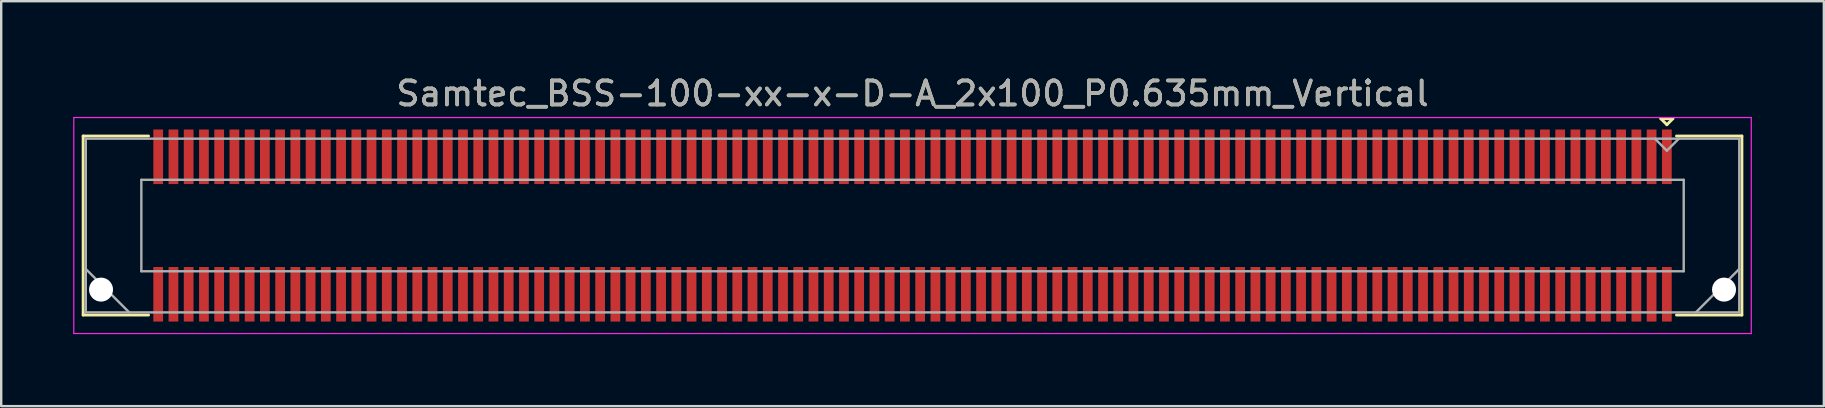
<source format=kicad_pcb>
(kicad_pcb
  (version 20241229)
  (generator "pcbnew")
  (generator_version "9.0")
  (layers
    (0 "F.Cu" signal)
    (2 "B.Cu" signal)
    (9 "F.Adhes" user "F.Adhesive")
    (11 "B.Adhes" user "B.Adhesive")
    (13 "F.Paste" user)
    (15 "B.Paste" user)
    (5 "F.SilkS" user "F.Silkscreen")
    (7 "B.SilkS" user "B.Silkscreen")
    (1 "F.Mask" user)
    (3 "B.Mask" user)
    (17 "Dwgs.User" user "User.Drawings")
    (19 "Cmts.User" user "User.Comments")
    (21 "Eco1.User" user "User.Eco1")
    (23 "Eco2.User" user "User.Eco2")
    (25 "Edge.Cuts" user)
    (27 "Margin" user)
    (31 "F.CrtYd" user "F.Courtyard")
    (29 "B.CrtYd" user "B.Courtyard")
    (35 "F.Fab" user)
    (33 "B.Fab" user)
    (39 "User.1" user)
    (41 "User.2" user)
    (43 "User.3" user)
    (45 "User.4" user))
  (footprint "Samtec_BSS-100-xx-x-D-A_2x100_P0.635mm_Vertical"
    (layer "F.Cu")
    (at 34.975 6.348)
    (property "Reference" "Samtec_BSS-100-xx-x-D-A_2x100_P0.635mm_Vertical" (at 0 -5.5 0) (layer "F.SilkS") (effects (font (size 1 1) (thickness 0.15))))
    (attr smd)
    (fp_line (start -34.56 -3.73) (end -31.835 -3.73) (stroke (width 0.12) (type solid)) (layer "F.SilkS"))
    (fp_line (start -34.56 3.73) (end -34.56 -3.73) (stroke (width 0.12) (type solid)) (layer "F.SilkS"))
    (fp_line (start -31.835 3.73) (end -34.56 3.73) (stroke (width 0.12) (type solid)) (layer "F.SilkS"))
    (fp_line (start 31.183 -4.452) (end 31.683 -4.452) (stroke (width 0.12) (type solid)) (layer "F.SilkS"))
    (fp_line (start 31.433 -4.202) (end 31.183 -4.452) (stroke (width 0.12) (type solid)) (layer "F.SilkS"))
    (fp_line (start 31.683 -4.452) (end 31.433 -4.202) (stroke (width 0.12) (type solid)) (layer "F.SilkS"))
    (fp_line (start 31.835 3.73) (end 34.56 3.73) (stroke (width 0.12) (type solid)) (layer "F.SilkS"))
    (fp_line (start 34.56 -3.73) (end 31.835 -3.73) (stroke (width 0.12) (type solid)) (layer "F.SilkS"))
    (fp_line (start 34.56 3.73) (end 34.56 -3.73) (stroke (width 0.12) (type solid)) (layer "F.SilkS"))
    (fp_line (start -34.95 -4.5) (end -34.95 4.5) (stroke (width 0.05) (type solid)) (layer "F.CrtYd"))
    (fp_line (start -34.95 4.5) (end 34.95 4.5) (stroke (width 0.05) (type solid)) (layer "F.CrtYd"))
    (fp_line (start 34.95 -4.5) (end -34.95 -4.5) (stroke (width 0.05) (type solid)) (layer "F.CrtYd"))
    (fp_line (start 34.95 4.5) (end 34.95 -4.5) (stroke (width 0.05) (type solid)) (layer "F.CrtYd"))
    (fp_line (start -34.45 -3.62) (end -34.45 3.62) (stroke (width 0.1) (type solid)) (layer "F.Fab"))
    (fp_line (start -34.45 1.81) (end -32.64 3.62) (stroke (width 0.1) (type solid)) (layer "F.Fab"))
    (fp_line (start -34.45 3.62) (end 34.45 3.62) (stroke (width 0.1) (type solid)) (layer "F.Fab"))
    (fp_line (start -32.135 -1.905) (end -32.135 1.905) (stroke (width 0.1) (type solid)) (layer "F.Fab"))
    (fp_line (start -32.135 1.905) (end 32.135 1.905) (stroke (width 0.1) (type solid)) (layer "F.Fab"))
    (fp_line (start 31.433 -3.12) (end 30.933 -3.62) (stroke (width 0.1) (type solid)) (layer "F.Fab"))
    (fp_line (start 31.933 -3.62) (end 31.433 -3.12) (stroke (width 0.1) (type solid)) (layer "F.Fab"))
    (fp_line (start 32.135 -1.905) (end -32.135 -1.905) (stroke (width 0.1) (type solid)) (layer "F.Fab"))
    (fp_line (start 32.135 1.905) (end 32.135 -1.905) (stroke (width 0.1) (type solid)) (layer "F.Fab"))
    (fp_line (start 34.45 -3.62) (end -34.45 -3.62) (stroke (width 0.1) (type solid)) (layer "F.Fab"))
    (fp_line (start 34.45 1.81) (end 32.64 3.62) (stroke (width 0.1) (type solid)) (layer "F.Fab"))
    (fp_line (start 34.45 3.62) (end 34.45 -3.62) (stroke (width 0.1) (type solid)) (layer "F.Fab"))
    (fp_text user "${REFERENCE}" (at 0 -5.5 0) (layer "F.Fab") (effects (font (size 1 1) (thickness 0.15))))
    (pad "" np_thru_hole circle (at -33.815 2.67) (size 1 1) (drill 1) (layers "*.Cu" "*.Mask"))
    (pad "" np_thru_hole circle (at 33.815 2.67) (size 1 1) (drill 1) (layers "*.Cu" "*.Mask"))
    (pad "1" smd rect (at 31.433 -2.865) (size 0.406 2.273) (layers "F.Cu" "F.Mask" "F.Paste"))
    (pad "2" smd rect (at 31.433 2.865) (size 0.406 2.273) (layers "F.Cu" "F.Mask" "F.Paste"))
    (pad "3" smd rect (at 30.797 -2.865) (size 0.406 2.273) (layers "F.Cu" "F.Mask" "F.Paste"))
    (pad "4" smd rect (at 30.797 2.865) (size 0.406 2.273) (layers "F.Cu" "F.Mask" "F.Paste"))
    (pad "5" smd rect (at 30.163 -2.865) (size 0.406 2.273) (layers "F.Cu" "F.Mask" "F.Paste"))
    (pad "6" smd rect (at 30.163 2.865) (size 0.406 2.273) (layers "F.Cu" "F.Mask" "F.Paste"))
    (pad "7" smd rect (at 29.527 -2.865) (size 0.406 2.273) (layers "F.Cu" "F.Mask" "F.Paste"))
    (pad "8" smd rect (at 29.527 2.865) (size 0.406 2.273) (layers "F.Cu" "F.Mask" "F.Paste"))
    (pad "9" smd rect (at 28.892 -2.865) (size 0.406 2.273) (layers "F.Cu" "F.Mask" "F.Paste"))
    (pad "10" smd rect (at 28.892 2.865) (size 0.406 2.273) (layers "F.Cu" "F.Mask" "F.Paste"))
    (pad "11" smd rect (at 28.258 -2.865) (size 0.406 2.273) (layers "F.Cu" "F.Mask" "F.Paste"))
    (pad "12" smd rect (at 28.258 2.865) (size 0.406 2.273) (layers "F.Cu" "F.Mask" "F.Paste"))
    (pad "13" smd rect (at 27.622 -2.865) (size 0.406 2.273) (layers "F.Cu" "F.Mask" "F.Paste"))
    (pad "14" smd rect (at 27.622 2.865) (size 0.406 2.273) (layers "F.Cu" "F.Mask" "F.Paste"))
    (pad "15" smd rect (at 26.988 -2.865) (size 0.406 2.273) (layers "F.Cu" "F.Mask" "F.Paste"))
    (pad "16" smd rect (at 26.988 2.865) (size 0.406 2.273) (layers "F.Cu" "F.Mask" "F.Paste"))
    (pad "17" smd rect (at 26.352 -2.865) (size 0.406 2.273) (layers "F.Cu" "F.Mask" "F.Paste"))
    (pad "18" smd rect (at 26.352 2.865) (size 0.406 2.273) (layers "F.Cu" "F.Mask" "F.Paste"))
    (pad "19" smd rect (at 25.718 -2.865) (size 0.406 2.273) (layers "F.Cu" "F.Mask" "F.Paste"))
    (pad "20" smd rect (at 25.718 2.865) (size 0.406 2.273) (layers "F.Cu" "F.Mask" "F.Paste"))
    (pad "21" smd rect (at 25.082 -2.865) (size 0.406 2.273) (layers "F.Cu" "F.Mask" "F.Paste"))
    (pad "22" smd rect (at 25.082 2.865) (size 0.406 2.273) (layers "F.Cu" "F.Mask" "F.Paste"))
    (pad "23" smd rect (at 24.448 -2.865) (size 0.406 2.273) (layers "F.Cu" "F.Mask" "F.Paste"))
    (pad "24" smd rect (at 24.448 2.865) (size 0.406 2.273) (layers "F.Cu" "F.Mask" "F.Paste"))
    (pad "25" smd rect (at 23.812 -2.865) (size 0.406 2.273) (layers "F.Cu" "F.Mask" "F.Paste"))
    (pad "26" smd rect (at 23.812 2.865) (size 0.406 2.273) (layers "F.Cu" "F.Mask" "F.Paste"))
    (pad "27" smd rect (at 23.177 -2.865) (size 0.406 2.273) (layers "F.Cu" "F.Mask" "F.Paste"))
    (pad "28" smd rect (at 23.177 2.865) (size 0.406 2.273) (layers "F.Cu" "F.Mask" "F.Paste"))
    (pad "29" smd rect (at 22.543 -2.865) (size 0.406 2.273) (layers "F.Cu" "F.Mask" "F.Paste"))
    (pad "30" smd rect (at 22.543 2.865) (size 0.406 2.273) (layers "F.Cu" "F.Mask" "F.Paste"))
    (pad "31" smd rect (at 21.907 -2.865) (size 0.406 2.273) (layers "F.Cu" "F.Mask" "F.Paste"))
    (pad "32" smd rect (at 21.907 2.865) (size 0.406 2.273) (layers "F.Cu" "F.Mask" "F.Paste"))
    (pad "33" smd rect (at 21.273 -2.865) (size 0.406 2.273) (layers "F.Cu" "F.Mask" "F.Paste"))
    (pad "34" smd rect (at 21.273 2.865) (size 0.406 2.273) (layers "F.Cu" "F.Mask" "F.Paste"))
    (pad "35" smd rect (at 20.637 -2.865) (size 0.406 2.273) (layers "F.Cu" "F.Mask" "F.Paste"))
    (pad "36" smd rect (at 20.637 2.865) (size 0.406 2.273) (layers "F.Cu" "F.Mask" "F.Paste"))
    (pad "37" smd rect (at 20.003 -2.865) (size 0.406 2.273) (layers "F.Cu" "F.Mask" "F.Paste"))
    (pad "38" smd rect (at 20.003 2.865) (size 0.406 2.273) (layers "F.Cu" "F.Mask" "F.Paste"))
    (pad "39" smd rect (at 19.367 -2.865) (size 0.406 2.273) (layers "F.Cu" "F.Mask" "F.Paste"))
    (pad "40" smd rect (at 19.367 2.865) (size 0.406 2.273) (layers "F.Cu" "F.Mask" "F.Paste"))
    (pad "41" smd rect (at 18.733 -2.865) (size 0.406 2.273) (layers "F.Cu" "F.Mask" "F.Paste"))
    (pad "42" smd rect (at 18.733 2.865) (size 0.406 2.273) (layers "F.Cu" "F.Mask" "F.Paste"))
    (pad "43" smd rect (at 18.098 -2.865) (size 0.406 2.273) (layers "F.Cu" "F.Mask" "F.Paste"))
    (pad "44" smd rect (at 18.098 2.865) (size 0.406 2.273) (layers "F.Cu" "F.Mask" "F.Paste"))
    (pad "45" smd rect (at 17.462 -2.865) (size 0.406 2.273) (layers "F.Cu" "F.Mask" "F.Paste"))
    (pad "46" smd rect (at 17.462 2.865) (size 0.406 2.273) (layers "F.Cu" "F.Mask" "F.Paste"))
    (pad "47" smd rect (at 16.828 -2.865) (size 0.406 2.273) (layers "F.Cu" "F.Mask" "F.Paste"))
    (pad "48" smd rect (at 16.828 2.865) (size 0.406 2.273) (layers "F.Cu" "F.Mask" "F.Paste"))
    (pad "49" smd rect (at 16.192 -2.865) (size 0.406 2.273) (layers "F.Cu" "F.Mask" "F.Paste"))
    (pad "50" smd rect (at 16.192 2.865) (size 0.406 2.273) (layers "F.Cu" "F.Mask" "F.Paste"))
    (pad "51" smd rect (at 15.557 -2.865) (size 0.406 2.273) (layers "F.Cu" "F.Mask" "F.Paste"))
    (pad "52" smd rect (at 15.557 2.865) (size 0.406 2.273) (layers "F.Cu" "F.Mask" "F.Paste"))
    (pad "53" smd rect (at 14.922 -2.865) (size 0.406 2.273) (layers "F.Cu" "F.Mask" "F.Paste"))
    (pad "54" smd rect (at 14.922 2.865) (size 0.406 2.273) (layers "F.Cu" "F.Mask" "F.Paste"))
    (pad "55" smd rect (at 14.287 -2.865) (size 0.406 2.273) (layers "F.Cu" "F.Mask" "F.Paste"))
    (pad "56" smd rect (at 14.287 2.865) (size 0.406 2.273) (layers "F.Cu" "F.Mask" "F.Paste"))
    (pad "57" smd rect (at 13.652 -2.865) (size 0.406 2.273) (layers "F.Cu" "F.Mask" "F.Paste"))
    (pad "58" smd rect (at 13.652 2.865) (size 0.406 2.273) (layers "F.Cu" "F.Mask" "F.Paste"))
    (pad "59" smd rect (at 13.018 -2.865) (size 0.406 2.273) (layers "F.Cu" "F.Mask" "F.Paste"))
    (pad "60" smd rect (at 13.018 2.865) (size 0.406 2.273) (layers "F.Cu" "F.Mask" "F.Paste"))
    (pad "61" smd rect (at 12.383 -2.865) (size 0.406 2.273) (layers "F.Cu" "F.Mask" "F.Paste"))
    (pad "62" smd rect (at 12.383 2.865) (size 0.406 2.273) (layers "F.Cu" "F.Mask" "F.Paste"))
    (pad "63" smd rect (at 11.748 -2.865) (size 0.406 2.273) (layers "F.Cu" "F.Mask" "F.Paste"))
    (pad "64" smd rect (at 11.748 2.865) (size 0.406 2.273) (layers "F.Cu" "F.Mask" "F.Paste"))
    (pad "65" smd rect (at 11.113 -2.865) (size 0.406 2.273) (layers "F.Cu" "F.Mask" "F.Paste"))
    (pad "66" smd rect (at 11.113 2.865) (size 0.406 2.273) (layers "F.Cu" "F.Mask" "F.Paste"))
    (pad "67" smd rect (at 10.477 -2.865) (size 0.406 2.273) (layers "F.Cu" "F.Mask" "F.Paste"))
    (pad "68" smd rect (at 10.477 2.865) (size 0.406 2.273) (layers "F.Cu" "F.Mask" "F.Paste"))
    (pad "69" smd rect (at 9.842 -2.865) (size 0.406 2.273) (layers "F.Cu" "F.Mask" "F.Paste"))
    (pad "70" smd rect (at 9.842 2.865) (size 0.406 2.273) (layers "F.Cu" "F.Mask" "F.Paste"))
    (pad "71" smd rect (at 9.207 -2.865) (size 0.406 2.273) (layers "F.Cu" "F.Mask" "F.Paste"))
    (pad "72" smd rect (at 9.207 2.865) (size 0.406 2.273) (layers "F.Cu" "F.Mask" "F.Paste"))
    (pad "73" smd rect (at 8.572 -2.865) (size 0.406 2.273) (layers "F.Cu" "F.Mask" "F.Paste"))
    (pad "74" smd rect (at 8.572 2.865) (size 0.406 2.273) (layers "F.Cu" "F.Mask" "F.Paste"))
    (pad "75" smd rect (at 7.938 -2.865) (size 0.406 2.273) (layers "F.Cu" "F.Mask" "F.Paste"))
    (pad "76" smd rect (at 7.938 2.865) (size 0.406 2.273) (layers "F.Cu" "F.Mask" "F.Paste"))
    (pad "77" smd rect (at 7.303 -2.865) (size 0.406 2.273) (layers "F.Cu" "F.Mask" "F.Paste"))
    (pad "78" smd rect (at 7.303 2.865) (size 0.406 2.273) (layers "F.Cu" "F.Mask" "F.Paste"))
    (pad "79" smd rect (at 6.668 -2.865) (size 0.406 2.273) (layers "F.Cu" "F.Mask" "F.Paste"))
    (pad "80" smd rect (at 6.668 2.865) (size 0.406 2.273) (layers "F.Cu" "F.Mask" "F.Paste"))
    (pad "81" smd rect (at 6.032 -2.865) (size 0.406 2.273) (layers "F.Cu" "F.Mask" "F.Paste"))
    (pad "82" smd rect (at 6.032 2.865) (size 0.406 2.273) (layers "F.Cu" "F.Mask" "F.Paste"))
    (pad "83" smd rect (at 5.397 -2.865) (size 0.406 2.273) (layers "F.Cu" "F.Mask" "F.Paste"))
    (pad "84" smd rect (at 5.397 2.865) (size 0.406 2.273) (layers "F.Cu" "F.Mask" "F.Paste"))
    (pad "85" smd rect (at 4.763 -2.865) (size 0.406 2.273) (layers "F.Cu" "F.Mask" "F.Paste"))
    (pad "86" smd rect (at 4.763 2.865) (size 0.406 2.273) (layers "F.Cu" "F.Mask" "F.Paste"))
    (pad "87" smd rect (at 4.128 -2.865) (size 0.406 2.273) (layers "F.Cu" "F.Mask" "F.Paste"))
    (pad "88" smd rect (at 4.128 2.865) (size 0.406 2.273) (layers "F.Cu" "F.Mask" "F.Paste"))
    (pad "89" smd rect (at 3.493 -2.865) (size 0.406 2.273) (layers "F.Cu" "F.Mask" "F.Paste"))
    (pad "90" smd rect (at 3.493 2.865) (size 0.406 2.273) (layers "F.Cu" "F.Mask" "F.Paste"))
    (pad "91" smd rect (at 2.857 -2.865) (size 0.406 2.273) (layers "F.Cu" "F.Mask" "F.Paste"))
    (pad "92" smd rect (at 2.857 2.865) (size 0.406 2.273) (layers "F.Cu" "F.Mask" "F.Paste"))
    (pad "93" smd rect (at 2.223 -2.865) (size 0.406 2.273) (layers "F.Cu" "F.Mask" "F.Paste"))
    (pad "94" smd rect (at 2.223 2.865) (size 0.406 2.273) (layers "F.Cu" "F.Mask" "F.Paste"))
    (pad "95" smd rect (at 1.587 -2.865) (size 0.406 2.273) (layers "F.Cu" "F.Mask" "F.Paste"))
    (pad "96" smd rect (at 1.587 2.865) (size 0.406 2.273) (layers "F.Cu" "F.Mask" "F.Paste"))
    (pad "97" smd rect (at 0.953 -2.865) (size 0.406 2.273) (layers "F.Cu" "F.Mask" "F.Paste"))
    (pad "98" smd rect (at 0.953 2.865) (size 0.406 2.273) (layers "F.Cu" "F.Mask" "F.Paste"))
    (pad "99" smd rect (at 0.318 -2.865) (size 0.406 2.273) (layers "F.Cu" "F.Mask" "F.Paste"))
    (pad "100" smd rect (at 0.318 2.865) (size 0.406 2.273) (layers "F.Cu" "F.Mask" "F.Paste"))
    (pad "101" smd rect (at -0.318 -2.865) (size 0.406 2.273) (layers "F.Cu" "F.Mask" "F.Paste"))
    (pad "102" smd rect (at -0.318 2.865) (size 0.406 2.273) (layers "F.Cu" "F.Mask" "F.Paste"))
    (pad "103" smd rect (at -0.953 -2.865) (size 0.406 2.273) (layers "F.Cu" "F.Mask" "F.Paste"))
    (pad "104" smd rect (at -0.953 2.865) (size 0.406 2.273) (layers "F.Cu" "F.Mask" "F.Paste"))
    (pad "105" smd rect (at -1.587 -2.865) (size 0.406 2.273) (layers "F.Cu" "F.Mask" "F.Paste"))
    (pad "106" smd rect (at -1.587 2.865) (size 0.406 2.273) (layers "F.Cu" "F.Mask" "F.Paste"))
    (pad "107" smd rect (at -2.223 -2.865) (size 0.406 2.273) (layers "F.Cu" "F.Mask" "F.Paste"))
    (pad "108" smd rect (at -2.223 2.865) (size 0.406 2.273) (layers "F.Cu" "F.Mask" "F.Paste"))
    (pad "109" smd rect (at -2.857 -2.865) (size 0.406 2.273) (layers "F.Cu" "F.Mask" "F.Paste"))
    (pad "110" smd rect (at -2.857 2.865) (size 0.406 2.273) (layers "F.Cu" "F.Mask" "F.Paste"))
    (pad "111" smd rect (at -3.493 -2.865) (size 0.406 2.273) (layers "F.Cu" "F.Mask" "F.Paste"))
    (pad "112" smd rect (at -3.493 2.865) (size 0.406 2.273) (layers "F.Cu" "F.Mask" "F.Paste"))
    (pad "113" smd rect (at -4.128 -2.865) (size 0.406 2.273) (layers "F.Cu" "F.Mask" "F.Paste"))
    (pad "114" smd rect (at -4.128 2.865) (size 0.406 2.273) (layers "F.Cu" "F.Mask" "F.Paste"))
    (pad "115" smd rect (at -4.763 -2.865) (size 0.406 2.273) (layers "F.Cu" "F.Mask" "F.Paste"))
    (pad "116" smd rect (at -4.763 2.865) (size 0.406 2.273) (layers "F.Cu" "F.Mask" "F.Paste"))
    (pad "117" smd rect (at -5.397 -2.865) (size 0.406 2.273) (layers "F.Cu" "F.Mask" "F.Paste"))
    (pad "118" smd rect (at -5.397 2.865) (size 0.406 2.273) (layers "F.Cu" "F.Mask" "F.Paste"))
    (pad "119" smd rect (at -6.032 -2.865) (size 0.406 2.273) (layers "F.Cu" "F.Mask" "F.Paste"))
    (pad "120" smd rect (at -6.032 2.865) (size 0.406 2.273) (layers "F.Cu" "F.Mask" "F.Paste"))
    (pad "121" smd rect (at -6.668 -2.865) (size 0.406 2.273) (layers "F.Cu" "F.Mask" "F.Paste"))
    (pad "122" smd rect (at -6.668 2.865) (size 0.406 2.273) (layers "F.Cu" "F.Mask" "F.Paste"))
    (pad "123" smd rect (at -7.303 -2.865) (size 0.406 2.273) (layers "F.Cu" "F.Mask" "F.Paste"))
    (pad "124" smd rect (at -7.303 2.865) (size 0.406 2.273) (layers "F.Cu" "F.Mask" "F.Paste"))
    (pad "125" smd rect (at -7.938 -2.865) (size 0.406 2.273) (layers "F.Cu" "F.Mask" "F.Paste"))
    (pad "126" smd rect (at -7.938 2.865) (size 0.406 2.273) (layers "F.Cu" "F.Mask" "F.Paste"))
    (pad "127" smd rect (at -8.572 -2.865) (size 0.406 2.273) (layers "F.Cu" "F.Mask" "F.Paste"))
    (pad "128" smd rect (at -8.572 2.865) (size 0.406 2.273) (layers "F.Cu" "F.Mask" "F.Paste"))
    (pad "129" smd rect (at -9.207 -2.865) (size 0.406 2.273) (layers "F.Cu" "F.Mask" "F.Paste"))
    (pad "130" smd rect (at -9.207 2.865) (size 0.406 2.273) (layers "F.Cu" "F.Mask" "F.Paste"))
    (pad "131" smd rect (at -9.842 -2.865) (size 0.406 2.273) (layers "F.Cu" "F.Mask" "F.Paste"))
    (pad "132" smd rect (at -9.842 2.865) (size 0.406 2.273) (layers "F.Cu" "F.Mask" "F.Paste"))
    (pad "133" smd rect (at -10.477 -2.865) (size 0.406 2.273) (layers "F.Cu" "F.Mask" "F.Paste"))
    (pad "134" smd rect (at -10.477 2.865) (size 0.406 2.273) (layers "F.Cu" "F.Mask" "F.Paste"))
    (pad "135" smd rect (at -11.113 -2.865) (size 0.406 2.273) (layers "F.Cu" "F.Mask" "F.Paste"))
    (pad "136" smd rect (at -11.113 2.865) (size 0.406 2.273) (layers "F.Cu" "F.Mask" "F.Paste"))
    (pad "137" smd rect (at -11.748 -2.865) (size 0.406 2.273) (layers "F.Cu" "F.Mask" "F.Paste"))
    (pad "138" smd rect (at -11.748 2.865) (size 0.406 2.273) (layers "F.Cu" "F.Mask" "F.Paste"))
    (pad "139" smd rect (at -12.383 -2.865) (size 0.406 2.273) (layers "F.Cu" "F.Mask" "F.Paste"))
    (pad "140" smd rect (at -12.383 2.865) (size 0.406 2.273) (layers "F.Cu" "F.Mask" "F.Paste"))
    (pad "141" smd rect (at -13.018 -2.865) (size 0.406 2.273) (layers "F.Cu" "F.Mask" "F.Paste"))
    (pad "142" smd rect (at -13.018 2.865) (size 0.406 2.273) (layers "F.Cu" "F.Mask" "F.Paste"))
    (pad "143" smd rect (at -13.652 -2.865) (size 0.406 2.273) (layers "F.Cu" "F.Mask" "F.Paste"))
    (pad "144" smd rect (at -13.652 2.865) (size 0.406 2.273) (layers "F.Cu" "F.Mask" "F.Paste"))
    (pad "145" smd rect (at -14.287 -2.865) (size 0.406 2.273) (layers "F.Cu" "F.Mask" "F.Paste"))
    (pad "146" smd rect (at -14.287 2.865) (size 0.406 2.273) (layers "F.Cu" "F.Mask" "F.Paste"))
    (pad "147" smd rect (at -14.922 -2.865) (size 0.406 2.273) (layers "F.Cu" "F.Mask" "F.Paste"))
    (pad "148" smd rect (at -14.922 2.865) (size 0.406 2.273) (layers "F.Cu" "F.Mask" "F.Paste"))
    (pad "149" smd rect (at -15.557 -2.865) (size 0.406 2.273) (layers "F.Cu" "F.Mask" "F.Paste"))
    (pad "150" smd rect (at -15.557 2.865) (size 0.406 2.273) (layers "F.Cu" "F.Mask" "F.Paste"))
    (pad "151" smd rect (at -16.192 -2.865) (size 0.406 2.273) (layers "F.Cu" "F.Mask" "F.Paste"))
    (pad "152" smd rect (at -16.192 2.865) (size 0.406 2.273) (layers "F.Cu" "F.Mask" "F.Paste"))
    (pad "153" smd rect (at -16.828 -2.865) (size 0.406 2.273) (layers "F.Cu" "F.Mask" "F.Paste"))
    (pad "154" smd rect (at -16.828 2.865) (size 0.406 2.273) (layers "F.Cu" "F.Mask" "F.Paste"))
    (pad "155" smd rect (at -17.462 -2.865) (size 0.406 2.273) (layers "F.Cu" "F.Mask" "F.Paste"))
    (pad "156" smd rect (at -17.462 2.865) (size 0.406 2.273) (layers "F.Cu" "F.Mask" "F.Paste"))
    (pad "157" smd rect (at -18.098 -2.865) (size 0.406 2.273) (layers "F.Cu" "F.Mask" "F.Paste"))
    (pad "158" smd rect (at -18.098 2.865) (size 0.406 2.273) (layers "F.Cu" "F.Mask" "F.Paste"))
    (pad "159" smd rect (at -18.733 -2.865) (size 0.406 2.273) (layers "F.Cu" "F.Mask" "F.Paste"))
    (pad "160" smd rect (at -18.733 2.865) (size 0.406 2.273) (layers "F.Cu" "F.Mask" "F.Paste"))
    (pad "161" smd rect (at -19.367 -2.865) (size 0.406 2.273) (layers "F.Cu" "F.Mask" "F.Paste"))
    (pad "162" smd rect (at -19.367 2.865) (size 0.406 2.273) (layers "F.Cu" "F.Mask" "F.Paste"))
    (pad "163" smd rect (at -20.003 -2.865) (size 0.406 2.273) (layers "F.Cu" "F.Mask" "F.Paste"))
    (pad "164" smd rect (at -20.003 2.865) (size 0.406 2.273) (layers "F.Cu" "F.Mask" "F.Paste"))
    (pad "165" smd rect (at -20.637 -2.865) (size 0.406 2.273) (layers "F.Cu" "F.Mask" "F.Paste"))
    (pad "166" smd rect (at -20.637 2.865) (size 0.406 2.273) (layers "F.Cu" "F.Mask" "F.Paste"))
    (pad "167" smd rect (at -21.273 -2.865) (size 0.406 2.273) (layers "F.Cu" "F.Mask" "F.Paste"))
    (pad "168" smd rect (at -21.273 2.865) (size 0.406 2.273) (layers "F.Cu" "F.Mask" "F.Paste"))
    (pad "169" smd rect (at -21.907 -2.865) (size 0.406 2.273) (layers "F.Cu" "F.Mask" "F.Paste"))
    (pad "170" smd rect (at -21.907 2.865) (size 0.406 2.273) (layers "F.Cu" "F.Mask" "F.Paste"))
    (pad "171" smd rect (at -22.543 -2.865) (size 0.406 2.273) (layers "F.Cu" "F.Mask" "F.Paste"))
    (pad "172" smd rect (at -22.543 2.865) (size 0.406 2.273) (layers "F.Cu" "F.Mask" "F.Paste"))
    (pad "173" smd rect (at -23.177 -2.865) (size 0.406 2.273) (layers "F.Cu" "F.Mask" "F.Paste"))
    (pad "174" smd rect (at -23.177 2.865) (size 0.406 2.273) (layers "F.Cu" "F.Mask" "F.Paste"))
    (pad "175" smd rect (at -23.812 -2.865) (size 0.406 2.273) (layers "F.Cu" "F.Mask" "F.Paste"))
    (pad "176" smd rect (at -23.812 2.865) (size 0.406 2.273) (layers "F.Cu" "F.Mask" "F.Paste"))
    (pad "177" smd rect (at -24.448 -2.865) (size 0.406 2.273) (layers "F.Cu" "F.Mask" "F.Paste"))
    (pad "178" smd rect (at -24.448 2.865) (size 0.406 2.273) (layers "F.Cu" "F.Mask" "F.Paste"))
    (pad "179" smd rect (at -25.082 -2.865) (size 0.406 2.273) (layers "F.Cu" "F.Mask" "F.Paste"))
    (pad "180" smd rect (at -25.082 2.865) (size 0.406 2.273) (layers "F.Cu" "F.Mask" "F.Paste"))
    (pad "181" smd rect (at -25.718 -2.865) (size 0.406 2.273) (layers "F.Cu" "F.Mask" "F.Paste"))
    (pad "182" smd rect (at -25.718 2.865) (size 0.406 2.273) (layers "F.Cu" "F.Mask" "F.Paste"))
    (pad "183" smd rect (at -26.352 -2.865) (size 0.406 2.273) (layers "F.Cu" "F.Mask" "F.Paste"))
    (pad "184" smd rect (at -26.352 2.865) (size 0.406 2.273) (layers "F.Cu" "F.Mask" "F.Paste"))
    (pad "185" smd rect (at -26.988 -2.865) (size 0.406 2.273) (layers "F.Cu" "F.Mask" "F.Paste"))
    (pad "186" smd rect (at -26.988 2.865) (size 0.406 2.273) (layers "F.Cu" "F.Mask" "F.Paste"))
    (pad "187" smd rect (at -27.622 -2.865) (size 0.406 2.273) (layers "F.Cu" "F.Mask" "F.Paste"))
    (pad "188" smd rect (at -27.622 2.865) (size 0.406 2.273) (layers "F.Cu" "F.Mask" "F.Paste"))
    (pad "189" smd rect (at -28.258 -2.865) (size 0.406 2.273) (layers "F.Cu" "F.Mask" "F.Paste"))
    (pad "190" smd rect (at -28.258 2.865) (size 0.406 2.273) (layers "F.Cu" "F.Mask" "F.Paste"))
    (pad "191" smd rect (at -28.892 -2.865) (size 0.406 2.273) (layers "F.Cu" "F.Mask" "F.Paste"))
    (pad "192" smd rect (at -28.892 2.865) (size 0.406 2.273) (layers "F.Cu" "F.Mask" "F.Paste"))
    (pad "193" smd rect (at -29.527 -2.865) (size 0.406 2.273) (layers "F.Cu" "F.Mask" "F.Paste"))
    (pad "194" smd rect (at -29.527 2.865) (size 0.406 2.273) (layers "F.Cu" "F.Mask" "F.Paste"))
    (pad "195" smd rect (at -30.163 -2.865) (size 0.406 2.273) (layers "F.Cu" "F.Mask" "F.Paste"))
    (pad "196" smd rect (at -30.163 2.865) (size 0.406 2.273) (layers "F.Cu" "F.Mask" "F.Paste"))
    (pad "197" smd rect (at -30.797 -2.865) (size 0.406 2.273) (layers "F.Cu" "F.Mask" "F.Paste"))
    (pad "198" smd rect (at -30.797 2.865) (size 0.406 2.273) (layers "F.Cu" "F.Mask" "F.Paste"))
    (pad "199" smd rect (at -31.433 -2.865) (size 0.406 2.273) (layers "F.Cu" "F.Mask" "F.Paste"))
    (pad "200" smd rect (at -31.433 2.865) (size 0.406 2.273) (layers "F.Cu" "F.Mask" "F.Paste")))
  (gr_rect
    (start -3 -3)
    (end 72.95 13.873)
    (stroke (width 0.1) (type default))
    (fill no)
    (layer "Edge.Cuts")))
</source>
